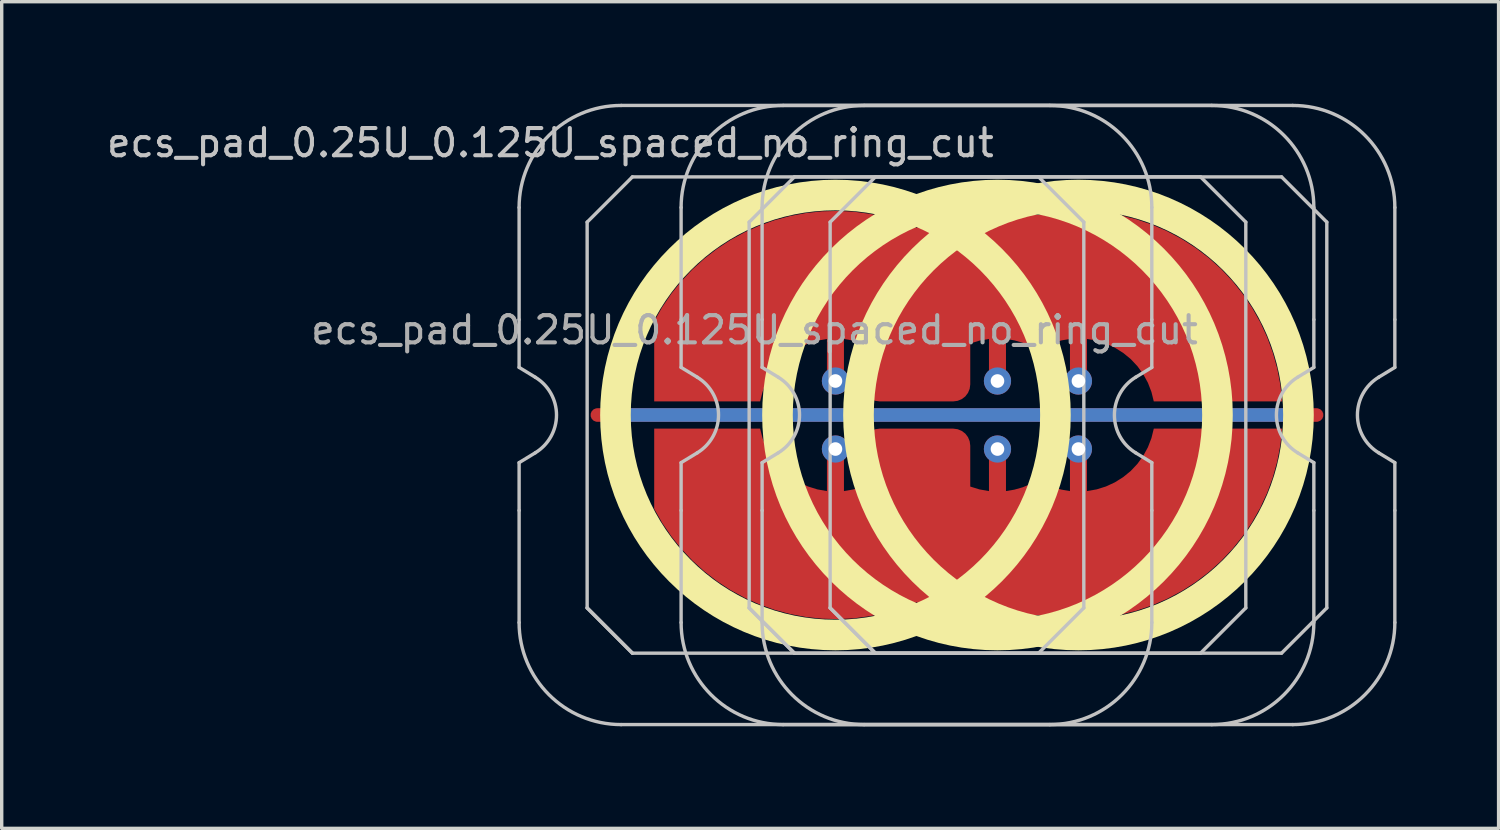
<source format=kicad_pcb>
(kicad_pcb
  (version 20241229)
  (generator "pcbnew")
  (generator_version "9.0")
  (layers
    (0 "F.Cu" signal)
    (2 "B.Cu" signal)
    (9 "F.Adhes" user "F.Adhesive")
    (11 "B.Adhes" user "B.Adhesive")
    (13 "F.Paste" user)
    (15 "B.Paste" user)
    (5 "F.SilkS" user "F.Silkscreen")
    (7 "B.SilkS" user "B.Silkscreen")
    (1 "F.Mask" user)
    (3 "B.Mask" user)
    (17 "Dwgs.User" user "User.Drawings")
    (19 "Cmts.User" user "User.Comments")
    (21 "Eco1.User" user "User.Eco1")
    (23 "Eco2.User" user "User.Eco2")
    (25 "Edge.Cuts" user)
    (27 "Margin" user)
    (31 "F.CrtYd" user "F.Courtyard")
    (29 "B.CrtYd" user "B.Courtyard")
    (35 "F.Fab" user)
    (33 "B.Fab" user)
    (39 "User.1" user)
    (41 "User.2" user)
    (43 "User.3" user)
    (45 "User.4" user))
  (footprint "ecs_pad_0.25U_0.125U_spaced_no_ring_cut"
    (layer "F.Cu")
    (at 26.272 9.15)
    (property "Reference" "ecs_pad_0.25U_0.125U_spaced_no_ring_cut" (at -13.143 -8 0) (layer "Dwgs.User") (effects (font (size 0.8 0.8) (thickness 0.12))))
    (attr smd)
    (fp_circle (center -4.763 0) (end 1.704 0) (stroke (width 0.9) (type solid)) (fill no) (layer "F.SilkS"))
    (fp_circle (center 0 0) (end 6.467 0) (stroke (width 0.9) (type solid)) (fill no) (layer "F.SilkS"))
    (fp_circle (center 2.381 0) (end 8.848 0) (stroke (width 0.9) (type solid)) (fill no) (layer "F.SilkS"))
    (fp_line (start -14.062 -2.805) (end -14.062 -6.1) (stroke (width 0.1) (type solid)) (layer "Dwgs.User"))
    (fp_line (start -14.062 -1.4) (end -14.062 -2.805) (stroke (width 0.1) (type solid)) (layer "Dwgs.User"))
    (fp_line (start -14.062 1.4) (end -13.587 1.111) (stroke (width 0.1) (type solid)) (layer "Dwgs.User"))
    (fp_line (start -14.062 2.805) (end -14.062 1.4) (stroke (width 0.1) (type solid)) (layer "Dwgs.User"))
    (fp_line (start -14.062 6.1) (end -14.062 2.805) (stroke (width 0.1) (type solid)) (layer "Dwgs.User"))
    (fp_line (start -13.587 -1.111) (end -14.062 -1.4) (stroke (width 0.1) (type solid)) (layer "Dwgs.User"))
    (fp_line (start -12.062 -5.67) (end -10.732 -7) (stroke (width 0.1) (type solid)) (layer "Dwgs.User"))
    (fp_line (start -12.062 5.67) (end -12.062 -5.67) (stroke (width 0.1) (type solid)) (layer "Dwgs.User"))
    (fp_line (start -12.062 5.67) (end -10.732 7) (stroke (width 0.1) (type solid)) (layer "Dwgs.User"))
    (fp_line (start -11.062 -9.1) (end 1.538 -9.1) (stroke (width 0.1) (type solid)) (layer "Dwgs.User"))
    (fp_line (start -10.732 -7) (end 1.208 -7) (stroke (width 0.1) (type solid)) (layer "Dwgs.User"))
    (fp_line (start -10.732 7) (end -12.062 5.67) (stroke (width 0.1) (type solid)) (layer "Dwgs.User"))
    (fp_line (start -9.3 -2.805) (end -9.3 -6.1) (stroke (width 0.1) (type solid)) (layer "Dwgs.User"))
    (fp_line (start -9.3 -1.4) (end -9.3 -2.805) (stroke (width 0.1) (type solid)) (layer "Dwgs.User"))
    (fp_line (start -9.3 1.4) (end -8.824 1.111) (stroke (width 0.1) (type solid)) (layer "Dwgs.User"))
    (fp_line (start -9.3 2.805) (end -9.3 1.4) (stroke (width 0.1) (type solid)) (layer "Dwgs.User"))
    (fp_line (start -9.3 6.1) (end -9.3 2.805) (stroke (width 0.1) (type solid)) (layer "Dwgs.User"))
    (fp_line (start -8.824 -1.111) (end -9.3 -1.4) (stroke (width 0.1) (type solid)) (layer "Dwgs.User"))
    (fp_line (start -7.3 -5.67) (end -5.97 -7) (stroke (width 0.1) (type solid)) (layer "Dwgs.User"))
    (fp_line (start -7.3 5.67) (end -7.3 -5.67) (stroke (width 0.1) (type solid)) (layer "Dwgs.User"))
    (fp_line (start -7.3 5.67) (end -5.97 7) (stroke (width 0.1) (type solid)) (layer "Dwgs.User"))
    (fp_line (start -6.919 -2.805) (end -6.919 -6.1) (stroke (width 0.1) (type solid)) (layer "Dwgs.User"))
    (fp_line (start -6.919 -1.4) (end -6.919 -2.805) (stroke (width 0.1) (type solid)) (layer "Dwgs.User"))
    (fp_line (start -6.919 1.4) (end -6.443 1.111) (stroke (width 0.1) (type solid)) (layer "Dwgs.User"))
    (fp_line (start -6.919 2.805) (end -6.919 1.4) (stroke (width 0.1) (type solid)) (layer "Dwgs.User"))
    (fp_line (start -6.919 6.1) (end -6.919 2.805) (stroke (width 0.1) (type solid)) (layer "Dwgs.User"))
    (fp_line (start -6.443 -1.111) (end -6.919 -1.4) (stroke (width 0.1) (type solid)) (layer "Dwgs.User"))
    (fp_line (start -6.3 -9.1) (end 6.3 -9.1) (stroke (width 0.1) (type solid)) (layer "Dwgs.User"))
    (fp_line (start -5.97 -7) (end 5.97 -7) (stroke (width 0.1) (type solid)) (layer "Dwgs.User"))
    (fp_line (start -5.97 7) (end -7.3 5.67) (stroke (width 0.1) (type solid)) (layer "Dwgs.User"))
    (fp_line (start -4.919 -5.67) (end -3.589 -7) (stroke (width 0.1) (type solid)) (layer "Dwgs.User"))
    (fp_line (start -4.919 5.67) (end -4.919 -5.67) (stroke (width 0.1) (type solid)) (layer "Dwgs.User"))
    (fp_line (start -4.919 5.67) (end -3.589 7) (stroke (width 0.1) (type solid)) (layer "Dwgs.User"))
    (fp_line (start -3.919 -9.1) (end 8.681 -9.1) (stroke (width 0.1) (type solid)) (layer "Dwgs.User"))
    (fp_line (start -3.589 -7) (end 8.351 -7) (stroke (width 0.1) (type solid)) (layer "Dwgs.User"))
    (fp_line (start -3.589 7) (end -4.919 5.67) (stroke (width 0.1) (type solid)) (layer "Dwgs.User"))
    (fp_line (start 1.208 -7) (end 2.538 -5.67) (stroke (width 0.1) (type solid)) (layer "Dwgs.User"))
    (fp_line (start 1.208 7) (end -10.732 7) (stroke (width 0.1) (type solid)) (layer "Dwgs.User"))
    (fp_line (start 1.538 9.1) (end -11.062 9.1) (stroke (width 0.1) (type solid)) (layer "Dwgs.User"))
    (fp_line (start 2.538 -5.67) (end 2.538 5.67) (stroke (width 0.1) (type solid)) (layer "Dwgs.User"))
    (fp_line (start 2.538 5.67) (end 1.208 7) (stroke (width 0.1) (type solid)) (layer "Dwgs.User"))
    (fp_line (start 4.062 1.111) (end 4.537 1.4) (stroke (width 0.1) (type solid)) (layer "Dwgs.User"))
    (fp_line (start 4.537 -6.1) (end 4.537 -2.805) (stroke (width 0.1) (type solid)) (layer "Dwgs.User"))
    (fp_line (start 4.537 -2.805) (end 4.537 -1.4) (stroke (width 0.1) (type solid)) (layer "Dwgs.User"))
    (fp_line (start 4.537 -1.4) (end 4.062 -1.111) (stroke (width 0.1) (type solid)) (layer "Dwgs.User"))
    (fp_line (start 4.537 1.4) (end 4.537 2.805) (stroke (width 0.1) (type solid)) (layer "Dwgs.User"))
    (fp_line (start 4.537 2.805) (end 4.537 6.1) (stroke (width 0.1) (type solid)) (layer "Dwgs.User"))
    (fp_line (start 5.97 -7) (end 7.3 -5.67) (stroke (width 0.1) (type solid)) (layer "Dwgs.User"))
    (fp_line (start 5.97 7) (end -5.97 7) (stroke (width 0.1) (type solid)) (layer "Dwgs.User"))
    (fp_line (start 6.3 9.1) (end -6.3 9.1) (stroke (width 0.1) (type solid)) (layer "Dwgs.User"))
    (fp_line (start 7.3 -5.67) (end 7.3 5.67) (stroke (width 0.1) (type solid)) (layer "Dwgs.User"))
    (fp_line (start 7.3 5.67) (end 5.97 7) (stroke (width 0.1) (type solid)) (layer "Dwgs.User"))
    (fp_line (start 8.351 -7) (end 9.681 -5.67) (stroke (width 0.1) (type solid)) (layer "Dwgs.User"))
    (fp_line (start 8.351 7) (end -3.589 7) (stroke (width 0.1) (type solid)) (layer "Dwgs.User"))
    (fp_line (start 8.681 9.1) (end -3.919 9.1) (stroke (width 0.1) (type solid)) (layer "Dwgs.User"))
    (fp_line (start 8.824 1.111) (end 9.3 1.4) (stroke (width 0.1) (type solid)) (layer "Dwgs.User"))
    (fp_line (start 9.3 -6.1) (end 9.3 -2.805) (stroke (width 0.1) (type solid)) (layer "Dwgs.User"))
    (fp_line (start 9.3 -2.805) (end 9.3 -1.4) (stroke (width 0.1) (type solid)) (layer "Dwgs.User"))
    (fp_line (start 9.3 -1.4) (end 8.824 -1.111) (stroke (width 0.1) (type solid)) (layer "Dwgs.User"))
    (fp_line (start 9.3 1.4) (end 9.3 2.805) (stroke (width 0.1) (type solid)) (layer "Dwgs.User"))
    (fp_line (start 9.3 2.805) (end 9.3 6.1) (stroke (width 0.1) (type solid)) (layer "Dwgs.User"))
    (fp_line (start 9.681 -5.67) (end 9.681 5.67) (stroke (width 0.1) (type solid)) (layer "Dwgs.User"))
    (fp_line (start 9.681 5.67) (end 8.351 7) (stroke (width 0.1) (type solid)) (layer "Dwgs.User"))
    (fp_line (start 11.206 1.111) (end 11.681 1.4) (stroke (width 0.1) (type solid)) (layer "Dwgs.User"))
    (fp_line (start 11.681 -6.1) (end 11.681 -2.805) (stroke (width 0.1) (type solid)) (layer "Dwgs.User"))
    (fp_line (start 11.681 -2.805) (end 11.681 -1.4) (stroke (width 0.1) (type solid)) (layer "Dwgs.User"))
    (fp_line (start 11.681 -1.4) (end 11.206 -1.111) (stroke (width 0.1) (type solid)) (layer "Dwgs.User"))
    (fp_line (start 11.681 1.4) (end 11.681 2.805) (stroke (width 0.1) (type solid)) (layer "Dwgs.User"))
    (fp_line (start 11.681 2.805) (end 11.681 6.1) (stroke (width 0.1) (type solid)) (layer "Dwgs.User"))
    (fp_arc (start -14.0625 -6.1) (mid -13.18382 -8.22132) (end -11.0625 -9.1) (stroke (width 0.1) (type solid)) (layer "Dwgs.User"))
    (fp_arc (start -13.586833 -1.110619) (mid -12.9625 0) (end -13.586833 1.110619) (stroke (width 0.1) (type solid)) (layer "Dwgs.User"))
    (fp_arc (start -11.0625 9.1) (mid -13.18382 8.22132) (end -14.0625 6.1) (stroke (width 0.1) (type solid)) (layer "Dwgs.User"))
    (fp_arc (start -9.3 -6.1) (mid -8.42132 -8.22132) (end -6.3 -9.1) (stroke (width 0.1) (type solid)) (layer "Dwgs.User"))
    (fp_arc (start -8.824333 -1.110619) (mid -8.2 0) (end -8.824333 1.110619) (stroke (width 0.1) (type solid)) (layer "Dwgs.User"))
    (fp_arc (start -6.91875 -6.1) (mid -6.04007 -8.22132) (end -3.91875 -9.1) (stroke (width 0.1) (type solid)) (layer "Dwgs.User"))
    (fp_arc (start -6.443083 -1.110619) (mid -5.81875 0) (end -6.443083 1.110619) (stroke (width 0.1) (type solid)) (layer "Dwgs.User"))
    (fp_arc (start -6.3 9.1) (mid -8.42132 8.22132) (end -9.3 6.1) (stroke (width 0.1) (type solid)) (layer "Dwgs.User"))
    (fp_arc (start -3.91875 9.1) (mid -6.04007 8.22132) (end -6.91875 6.1) (stroke (width 0.1) (type solid)) (layer "Dwgs.User"))
    (fp_arc (start 1.5375 -9.1) (mid 3.65882 -8.22132) (end 4.5375 -6.1) (stroke (width 0.1) (type solid)) (layer "Dwgs.User"))
    (fp_arc (start 4.061833 1.110619) (mid 3.4375 0) (end 4.061833 -1.110619) (stroke (width 0.1) (type solid)) (layer "Dwgs.User"))
    (fp_arc (start 4.5375 6.1) (mid 3.65882 8.22132) (end 1.5375 9.1) (stroke (width 0.1) (type solid)) (layer "Dwgs.User"))
    (fp_arc (start 6.3 -9.1) (mid 8.42132 -8.22132) (end 9.3 -6.1) (stroke (width 0.1) (type solid)) (layer "Dwgs.User"))
    (fp_arc (start 8.68125 -9.1) (mid 10.80257 -8.22132) (end 11.68125 -6.1) (stroke (width 0.1) (type solid)) (layer "Dwgs.User"))
    (fp_arc (start 8.824333 1.110619) (mid 8.2 0) (end 8.824333 -1.110619) (stroke (width 0.1) (type solid)) (layer "Dwgs.User"))
    (fp_arc (start 9.3 6.1) (mid 8.42132 8.22132) (end 6.3 9.1) (stroke (width 0.1) (type solid)) (layer "Dwgs.User"))
    (fp_arc (start 11.205583 1.110619) (mid 10.58125 0) (end 11.205583 -1.110619) (stroke (width 0.1) (type solid)) (layer "Dwgs.User"))
    (fp_arc (start 11.68125 6.1) (mid 10.80257 8.22132) (end 8.68125 9.1) (stroke (width 0.1) (type solid)) (layer "Dwgs.User"))
    (fp_text user "${REFERENCE}" (at -7.143 -2.5 0) (layer "F.Fab") (effects (font (size 0.8 0.8) (thickness 0.12))))
    (pad "1" thru_hole circle (at -4.763 -1 90) (size 0.8 0.8) (drill 0.4) (layers "*.Cu"))
    (pad "1" smd custom (at 0 -1) (size 0.207 0.207) (layers "F.Cu") (options (anchor circle)) (primitives (gr_poly (pts (xy 2.612 0.096) (xy 2.558 0.177) (xy 2.477 0.231) (xy 2.381 0.25) (xy 2.286 0.231) (xy 2.204 0.177) (xy 2.15 0.096) (xy 2.131 0) (xy 2.131 -1.236) (xy 1.884 -1.194) (xy 1.643 -1.125) (xy 1.411 -1.03) (xy 1.191 -0.909) (xy 0.971 -1.03) (xy 0.739 -1.125) (xy 0.497 -1.194) (xy 0.25 -1.236) (xy 0.25 0) (xy 0.231 0.096) (xy 0.177 0.177) (xy 0.096 0.231) (xy 0 0.25) (xy -0.096 0.231) (xy -0.177 0.177) (xy -0.231 0.096) (xy -0.25 0) (xy -0.25 -1.236) (xy -0.529 -1.187) (xy -0.8 -1.103) (xy -0.8 0.1) (xy -0.817 0.229) (xy -0.867 0.35) (xy -0.946 0.454) (xy -1.05 0.533) (xy -1.171 0.583) (xy -1.3 0.6) (xy -3.462 0.6) (xy -3.592 0.583) (xy -3.713 0.533) (xy -3.816 0.454) (xy -3.896 0.35) (xy -3.945 0.229) (xy -3.963 0.1) (xy -3.963 -1.103) (xy -4.233 -1.187) (xy -4.513 -1.236) (xy -4.513 0) (xy -4.532 0.096) (xy -4.586 0.177) (xy -4.667 0.231) (xy -4.763 0.25) (xy -4.858 0.231) (xy -4.939 0.177) (xy -4.993 0.096) (xy -5.013 0) (xy -5.013 -1.236) (xy -5.296 -1.186) (xy -5.571 -1.1) (xy -5.832 -0.979) (xy -6.076 -0.826) (xy -6.299 -0.644) (xy -6.496 -0.434) (xy -6.665 -0.201) (xy -6.803 0.052) (xy -6.907 0.321) (xy -6.977 0.6) (xy -10.091 0.6) (xy -10.091 -1.758) (xy -9.857 -2.17) (xy -9.591 -2.562) (xy -9.295 -2.932) (xy -8.97 -3.278) (xy -8.619 -3.596) (xy -8.244 -3.886) (xy -7.848 -4.146) (xy -7.432 -4.373) (xy -7 -4.567) (xy -6.553 -4.727) (xy -6.095 -4.85) (xy -5.63 -4.937) (xy -5.158 -4.987) (xy -4.684 -5) (xy -4.211 -4.975) (xy -3.741 -4.912) (xy -3.278 -4.813) (xy -2.823 -4.678) (xy -2.381 -4.507) (xy -1.956 -4.672) (xy -1.52 -4.804) (xy -1.075 -4.903) (xy -0.624 -4.967) (xy -0.169 -4.998) (xy 0.287 -4.993) (xy 0.741 -4.954) (xy 1.191 -4.881) (xy 1.671 -4.958) (xy 2.156 -4.996) (xy 2.643 -4.994) (xy 3.128 -4.953) (xy 3.608 -4.873) (xy 4.08 -4.755) (xy 4.541 -4.598) (xy 4.987 -4.404) (xy 5.417 -4.175) (xy 5.826 -3.912) (xy 6.213 -3.617) (xy 6.575 -3.291) (xy 6.909 -2.937) (xy 7.213 -2.557) (xy 7.485 -2.154) (xy 7.724 -1.73) (xy 7.928 -1.288) (xy 8.095 -0.831) (xy 8.225 -0.362) (xy 8.316 0.116) (xy 8.368 0.6) (xy 4.595 0.6) (xy 4.526 0.321) (xy 4.422 0.052) (xy 4.284 -0.201) (xy 4.115 -0.434) (xy 3.918 -0.644) (xy 3.695 -0.826) (xy 3.451 -0.979) (xy 3.19 -1.1) (xy 2.915 -1.186) (xy 2.631 -1.236) (xy 2.631 0)) (width 0) (fill yes))))
    (pad "1" thru_hole circle (at 0 -1 270) (size 0.8 0.8) (drill 0.4) (layers "*.Cu"))
    (pad "1" thru_hole circle (at 2.38 -1 90) (size 0.8 0.8) (drill 0.4) (layers "*.Cu"))
    (pad "2" thru_hole circle (at -4.763 1 270) (size 0.8 0.8) (drill 0.4) (layers "*.Cu"))
    (pad "2" smd custom (at 0 1) (size 0.207 0.207) (layers "F.Cu") (options (anchor circle)) (primitives (gr_poly (pts (xy 2.612 -0.096) (xy 2.558 -0.177) (xy 2.477 -0.231) (xy 2.381 -0.25) (xy 2.286 -0.231) (xy 2.204 -0.177) (xy 2.15 -0.096) (xy 2.131 0) (xy 2.131 1.236) (xy 1.884 1.194) (xy 1.643 1.125) (xy 1.411 1.03) (xy 1.191 0.909) (xy 0.971 1.03) (xy 0.739 1.125) (xy 0.497 1.194) (xy 0.25 1.236) (xy 0.25 0) (xy 0.231 -0.096) (xy 0.177 -0.177) (xy 0.096 -0.231) (xy 0 -0.25) (xy -0.096 -0.231) (xy -0.177 -0.177) (xy -0.231 -0.096) (xy -0.25 0) (xy -0.25 1.236) (xy -0.529 1.187) (xy -0.8 1.103) (xy -0.8 -0.1) (xy -0.817 -0.229) (xy -0.867 -0.35) (xy -0.946 -0.454) (xy -1.05 -0.533) (xy -1.171 -0.583) (xy -1.3 -0.6) (xy -3.462 -0.6) (xy -3.592 -0.583) (xy -3.713 -0.533) (xy -3.816 -0.454) (xy -3.896 -0.35) (xy -3.945 -0.229) (xy -3.963 -0.1) (xy -3.963 1.103) (xy -4.233 1.187) (xy -4.513 1.236) (xy -4.513 0) (xy -4.532 -0.096) (xy -4.586 -0.177) (xy -4.667 -0.231) (xy -4.763 -0.25) (xy -4.858 -0.231) (xy -4.939 -0.177) (xy -4.993 -0.096) (xy -5.013 0) (xy -5.013 1.236) (xy -5.296 1.186) (xy -5.571 1.1) (xy -5.832 0.979) (xy -6.076 0.826) (xy -6.299 0.644) (xy -6.496 0.434) (xy -6.665 0.201) (xy -6.803 -0.052) (xy -6.907 -0.321) (xy -6.977 -0.6) (xy -10.091 -0.6) (xy -10.091 1.758) (xy -9.857 2.17) (xy -9.591 2.562) (xy -9.295 2.932) (xy -8.97 3.278) (xy -8.619 3.596) (xy -8.244 3.886) (xy -7.848 4.146) (xy -7.432 4.373) (xy -7 4.567) (xy -6.553 4.727) (xy -6.095 4.85) (xy -5.63 4.937) (xy -5.158 4.987) (xy -4.684 5) (xy -4.211 4.975) (xy -3.741 4.912) (xy -3.278 4.813) (xy -2.823 4.678) (xy -2.381 4.507) (xy -1.956 4.672) (xy -1.52 4.804) (xy -1.075 4.903) (xy -0.624 4.967) (xy -0.169 4.998) (xy 0.287 4.993) (xy 0.741 4.954) (xy 1.191 4.881) (xy 1.671 4.958) (xy 2.156 4.996) (xy 2.643 4.994) (xy 3.128 4.953) (xy 3.608 4.873) (xy 4.08 4.755) (xy 4.541 4.598) (xy 4.987 4.404) (xy 5.417 4.175) (xy 5.826 3.912) (xy 6.213 3.617) (xy 6.575 3.291) (xy 6.909 2.937) (xy 7.213 2.557) (xy 7.485 2.154) (xy 7.724 1.73) (xy 7.928 1.288) (xy 8.095 0.831) (xy 8.225 0.362) (xy 8.316 -0.116) (xy 8.368 -0.6) (xy 4.595 -0.6) (xy 4.526 -0.321) (xy 4.422 -0.052) (xy 4.284 0.201) (xy 4.115 0.434) (xy 3.918 0.644) (xy 3.695 0.826) (xy 3.451 0.979) (xy 3.19 1.1) (xy 2.915 1.186) (xy 2.631 1.236) (xy 2.631 0)) (width 0) (fill yes))))
    (pad "2" thru_hole circle (at 0 1 270) (size 0.8 0.8) (drill 0.4) (layers "*.Cu"))
    (pad "2" thru_hole circle (at 2.38 1 270) (size 0.8 0.8) (drill 0.4) (layers "*.Cu"))
    (pad "3" smd custom (at 0 0 90) (size 0.4 0.4) (layers "F.Cu") (options (anchor rect)) (primitives (gr_line (start 0 -11.762) (end 0 9.381) (width 0.4))))
    (pad "3" smd custom (at 0 0 90) (size 0.4 0.4) (layers "B.Cu") (options (anchor rect)) (primitives (gr_line (start 0 -11.262) (end 0 8.812) (width 0.4))))
    (zone (net_name "") (layer "F.Cu") (hatch edge 0.508) (connect_pads) (min_thickness 0.254) (filled_areas_thickness no) (keepout (tracks allowed) (vias allowed) (pads allowed) (copperpour not_allowed) (footprints allowed)) (placement (enabled no)) (fill) (polygon (pts (xy 28.514 9.15) (xy 28.495 8.637) (xy 28.439 8.127) (xy 28.345 7.622) (xy 28.215 7.125) (xy 28.049 6.64) (xy 27.847 6.167) (xy 27.612 5.711) (xy 27.344 5.274) (xy 27.044 4.857) (xy 26.715 4.463) (xy 26.357 4.094) (xy 25.974 3.753) (xy 25.567 3.44) (xy 25.138 3.158) (xy 24.689 2.909) (xy 24.224 2.692) (xy 23.743 2.511) (xy 23.251 2.365) (xy 22.749 2.256) (xy 22.241 2.183) (xy 21.729 2.149) (xy 21.216 2.151) (xy 20.704 2.192) (xy 20.196 2.269) (xy 19.696 2.384) (xy 19.205 2.535) (xy 18.727 2.721) (xy 18.264 2.942) (xy 17.818 3.197) (xy 17.392 3.483) (xy 16.988 3.8) (xy 16.608 4.145) (xy 16.255 4.518) (xy 15.929 4.915) (xy 15.634 5.335) (xy 15.371 5.775) (xy 15.14 6.234) (xy 14.943 6.708) (xy 14.782 7.196) (xy 14.657 7.694) (xy 14.569 8.199) (xy 14.518 8.71) (xy 14.505 9.223) (xy 14.529 9.736) (xy 14.59 10.246) (xy 14.689 10.75) (xy 14.825 11.245) (xy 14.996 11.729) (xy 15.202 12.199) (xy 15.443 12.652) (xy 15.715 13.087) (xy 16.019 13.501) (xy 16.353 13.891) (xy 16.714 14.256) (xy 17.101 14.594) (xy 17.511 14.902) (xy 17.943 15.179) (xy 18.394 15.424) (xy 18.862 15.636) (xy 19.344 15.812) (xy 19.838 15.953) (xy 20.341 16.057) (xy 20.85 16.124) (xy 21.362 16.153) (xy 21.876 16.145) (xy 22.387 16.1) (xy 22.894 16.017) (xy 23.393 15.897) (xy 23.882 15.741) (xy 24.358 15.549) (xy 24.819 15.323) (xy 25.262 15.064) (xy 25.686 14.774) (xy 26.086 14.453) (xy 26.462 14.103) (xy 26.812 13.727) (xy 27.133 13.326) (xy 27.423 12.903) (xy 27.682 12.46) (xy 27.908 11.999) (xy 28.1 11.523) (xy 28.256 11.034) (xy 28.376 10.535) (xy 28.459 10.028) (xy 28.504 9.517))))
    (zone (net_name "") (layer "F.Cu") (hatch edge 0.508) (connect_pads) (min_thickness 0.254) (filled_areas_thickness no) (keepout (tracks allowed) (vias allowed) (pads allowed) (copperpour not_allowed) (footprints allowed)) (placement (enabled no)) (fill) (polygon (pts (xy 33.276 9.15) (xy 33.258 8.637) (xy 33.201 8.127) (xy 33.108 7.622) (xy 32.977 7.125) (xy 32.811 6.64) (xy 32.61 6.167) (xy 32.374 5.711) (xy 32.106 5.274) (xy 31.806 4.857) (xy 31.477 4.463) (xy 31.12 4.094) (xy 30.737 3.753) (xy 30.329 3.44) (xy 29.9 3.158) (xy 29.452 2.909) (xy 28.986 2.692) (xy 28.506 2.511) (xy 28.014 2.365) (xy 27.512 2.256) (xy 27.004 2.183) (xy 26.492 2.149) (xy 25.978 2.151) (xy 25.466 2.192) (xy 24.959 2.269) (xy 24.459 2.384) (xy 23.968 2.535) (xy 23.49 2.721) (xy 23.026 2.942) (xy 22.58 3.197) (xy 22.154 3.483) (xy 21.75 3.8) (xy 21.37 4.145) (xy 21.017 4.518) (xy 20.692 4.915) (xy 20.397 5.335) (xy 20.133 5.775) (xy 19.902 6.234) (xy 19.706 6.708) (xy 19.545 7.196) (xy 19.42 7.694) (xy 19.331 8.199) (xy 19.28 8.71) (xy 19.267 9.223) (xy 19.291 9.736) (xy 19.353 10.246) (xy 19.452 10.75) (xy 19.587 11.245) (xy 19.759 11.729) (xy 19.965 12.199) (xy 20.205 12.652) (xy 20.478 13.087) (xy 20.782 13.501) (xy 21.115 13.891) (xy 21.476 14.256) (xy 21.863 14.594) (xy 22.274 14.902) (xy 22.706 15.179) (xy 23.157 15.424) (xy 23.625 15.636) (xy 24.107 15.812) (xy 24.601 15.953) (xy 25.103 16.057) (xy 25.612 16.124) (xy 26.125 16.153) (xy 26.638 16.145) (xy 27.149 16.1) (xy 27.656 16.017) (xy 28.155 15.897) (xy 28.644 15.741) (xy 29.121 15.549) (xy 29.582 15.323) (xy 30.025 15.064) (xy 30.448 14.774) (xy 30.849 14.453) (xy 31.225 14.103) (xy 31.574 13.727) (xy 31.895 13.326) (xy 32.186 12.903) (xy 32.445 12.46) (xy 32.671 11.999) (xy 32.862 11.523) (xy 33.018 11.034) (xy 33.138 10.535) (xy 33.221 10.028) (xy 33.267 9.517))))
    (zone (net_name "") (layer "F.Cu") (hatch edge 0.508) (connect_pads) (min_thickness 0.254) (filled_areas_thickness no) (keepout (tracks allowed) (vias allowed) (pads allowed) (copperpour not_allowed) (footprints allowed)) (placement (enabled no)) (fill) (polygon (pts (xy 35.658 9.15) (xy 35.639 8.637) (xy 35.583 8.127) (xy 35.489 7.622) (xy 35.359 7.125) (xy 35.192 6.64) (xy 34.991 6.167) (xy 34.756 5.711) (xy 34.487 5.274) (xy 34.188 4.857) (xy 33.858 4.463) (xy 33.501 4.094) (xy 33.118 3.753) (xy 32.711 3.44) (xy 32.282 3.158) (xy 31.833 2.909) (xy 31.367 2.692) (xy 30.887 2.511) (xy 30.395 2.365) (xy 29.893 2.256) (xy 29.385 2.183) (xy 28.873 2.149) (xy 28.359 2.151) (xy 27.848 2.192) (xy 27.34 2.269) (xy 26.84 2.384) (xy 26.349 2.535) (xy 25.871 2.721) (xy 25.407 2.942) (xy 24.962 3.197) (xy 24.535 3.483) (xy 24.131 3.8) (xy 23.752 4.145) (xy 23.398 4.518) (xy 23.073 4.915) (xy 22.778 5.335) (xy 22.514 5.775) (xy 22.284 6.234) (xy 22.087 6.708) (xy 21.926 7.196) (xy 21.801 7.694) (xy 21.713 8.199) (xy 21.662 8.71) (xy 21.648 9.223) (xy 21.672 9.736) (xy 21.734 10.246) (xy 21.833 10.75) (xy 21.968 11.245) (xy 22.14 11.729) (xy 22.346 12.199) (xy 22.586 12.652) (xy 22.859 13.087) (xy 23.163 13.501) (xy 23.496 13.891) (xy 23.858 14.256) (xy 24.244 14.594) (xy 24.655 14.902) (xy 25.087 15.179) (xy 25.538 15.424) (xy 26.006 15.636) (xy 26.488 15.812) (xy 26.982 15.953) (xy 27.485 16.057) (xy 27.994 16.124) (xy 28.506 16.153) (xy 29.019 16.145) (xy 29.531 16.1) (xy 30.037 16.017) (xy 30.537 15.897) (xy 31.026 15.741) (xy 31.502 15.549) (xy 31.963 15.323) (xy 32.406 15.064) (xy 32.829 14.774) (xy 33.23 14.453) (xy 33.606 14.103) (xy 33.955 13.727) (xy 34.276 13.326) (xy 34.567 12.903) (xy 34.826 12.46) (xy 35.052 11.999) (xy 35.244 11.523) (xy 35.4 11.034) (xy 35.519 10.535) (xy 35.602 10.028) (xy 35.648 9.517))))
    (zone (net_name "") (layer "B.Cu") (hatch edge 0.508) (connect_pads) (min_thickness 0.254) (filled_areas_thickness no) (keepout (tracks allowed) (vias allowed) (pads allowed) (copperpour not_allowed) (footprints allowed)) (placement (enabled no)) (fill) (polygon (pts (xy 28.067 9.15) (xy 28.047 8.635) (xy 27.987 8.124) (xy 27.886 7.619) (xy 27.746 7.123) (xy 27.568 6.64) (xy 27.352 6.173) (xy 27.101 5.723) (xy 26.815 5.295) (xy 26.496 4.891) (xy 26.146 4.513) (xy 25.768 4.163) (xy 25.364 3.844) (xy 24.936 3.558) (xy 24.486 3.307) (xy 24.019 3.091) (xy 23.536 2.913) (xy 23.04 2.773) (xy 22.535 2.672) (xy 22.024 2.612) (xy 21.509 2.592) (xy 20.994 2.612) (xy 20.483 2.672) (xy 19.978 2.773) (xy 19.482 2.913) (xy 18.999 3.091) (xy 18.532 3.307) (xy 18.082 3.558) (xy 17.654 3.844) (xy 17.25 4.163) (xy 16.872 4.513) (xy 16.522 4.891) (xy 16.203 5.295) (xy 15.917 5.723) (xy 15.666 6.173) (xy 15.45 6.64) (xy 15.272 7.123) (xy 15.132 7.619) (xy 15.032 8.124) (xy 14.971 8.635) (xy 14.951 9.15) (xy 14.971 9.665) (xy 15.032 10.176) (xy 15.132 10.681) (xy 15.272 11.177) (xy 15.45 11.66) (xy 15.666 12.127) (xy 15.917 12.577) (xy 16.203 13.005) (xy 16.522 13.409) (xy 16.872 13.787) (xy 17.25 14.137) (xy 17.654 14.456) (xy 18.082 14.742) (xy 18.532 14.993) (xy 18.999 15.209) (xy 19.482 15.387) (xy 19.978 15.527) (xy 20.483 15.628) (xy 20.994 15.688) (xy 21.509 15.708) (xy 22.024 15.688) (xy 22.535 15.628) (xy 23.04 15.527) (xy 23.536 15.387) (xy 24.019 15.209) (xy 24.486 14.993) (xy 24.936 14.742) (xy 25.364 14.456) (xy 25.768 14.137) (xy 26.146 13.787) (xy 26.496 13.409) (xy 26.815 13.005) (xy 27.101 12.577) (xy 27.352 12.127) (xy 27.568 11.66) (xy 27.746 11.177) (xy 27.886 10.681) (xy 27.987 10.176) (xy 28.047 9.665))))
    (zone (net_name "") (layer "B.Cu") (hatch edge 0.508) (connect_pads) (min_thickness 0.254) (filled_areas_thickness no) (keepout (tracks allowed) (vias allowed) (pads allowed) (copperpour not_allowed) (footprints allowed)) (placement (enabled no)) (fill) (polygon (pts (xy 32.83 9.15) (xy 32.81 8.635) (xy 32.749 8.124) (xy 32.649 7.619) (xy 32.509 7.123) (xy 32.331 6.64) (xy 32.115 6.173) (xy 31.863 5.723) (xy 31.577 5.295) (xy 31.258 4.891) (xy 30.909 4.513) (xy 30.531 4.163) (xy 30.126 3.844) (xy 29.698 3.558) (xy 29.249 3.307) (xy 28.781 3.091) (xy 28.298 2.913) (xy 27.803 2.773) (xy 27.297 2.672) (xy 26.786 2.612) (xy 26.272 2.592) (xy 25.757 2.612) (xy 25.246 2.672) (xy 24.741 2.773) (xy 24.245 2.913) (xy 23.762 3.091) (xy 23.294 3.307) (xy 22.845 3.558) (xy 22.417 3.844) (xy 22.012 4.163) (xy 21.634 4.513) (xy 21.285 4.891) (xy 20.966 5.295) (xy 20.68 5.723) (xy 20.428 6.173) (xy 20.212 6.64) (xy 20.034 7.123) (xy 19.894 7.619) (xy 19.794 8.124) (xy 19.733 8.635) (xy 19.713 9.15) (xy 19.733 9.665) (xy 19.794 10.176) (xy 19.894 10.681) (xy 20.034 11.177) (xy 20.212 11.66) (xy 20.428 12.127) (xy 20.68 12.577) (xy 20.966 13.005) (xy 21.285 13.409) (xy 21.634 13.787) (xy 22.012 14.137) (xy 22.417 14.456) (xy 22.845 14.742) (xy 23.294 14.993) (xy 23.762 15.209) (xy 24.245 15.387) (xy 24.741 15.527) (xy 25.246 15.628) (xy 25.757 15.688) (xy 26.272 15.708) (xy 26.786 15.688) (xy 27.297 15.628) (xy 27.803 15.527) (xy 28.298 15.387) (xy 28.781 15.209) (xy 29.249 14.993) (xy 29.698 14.742) (xy 30.126 14.456) (xy 30.531 14.137) (xy 30.909 13.787) (xy 31.258 13.409) (xy 31.577 13.005) (xy 31.863 12.577) (xy 32.115 12.127) (xy 32.331 11.66) (xy 32.509 11.177) (xy 32.649 10.681) (xy 32.749 10.176) (xy 32.81 9.665))))
    (zone (net_name "") (layer "B.Cu") (hatch edge 0.508) (connect_pads) (min_thickness 0.254) (filled_areas_thickness no) (keepout (tracks allowed) (vias allowed) (pads allowed) (copperpour not_allowed) (footprints allowed)) (placement (enabled no)) (fill) (polygon (pts (xy 35.211 9.15) (xy 35.191 8.635) (xy 35.13 8.124) (xy 35.03 7.619) (xy 34.89 7.123) (xy 34.712 6.64) (xy 34.496 6.173) (xy 34.245 5.723) (xy 33.959 5.295) (xy 33.64 4.891) (xy 33.29 4.513) (xy 32.912 4.163) (xy 32.508 3.844) (xy 32.079 3.558) (xy 31.63 3.307) (xy 31.163 3.091) (xy 30.679 2.913) (xy 30.184 2.773) (xy 29.679 2.672) (xy 29.167 2.612) (xy 28.653 2.592) (xy 28.138 2.612) (xy 27.627 2.672) (xy 27.122 2.773) (xy 26.626 2.913) (xy 26.143 3.091) (xy 25.675 3.307) (xy 25.226 3.558) (xy 24.798 3.844) (xy 24.394 4.163) (xy 24.015 4.513) (xy 23.666 4.891) (xy 23.347 5.295) (xy 23.061 5.723) (xy 22.809 6.173) (xy 22.594 6.64) (xy 22.416 7.123) (xy 22.276 7.619) (xy 22.175 8.124) (xy 22.115 8.635) (xy 22.095 9.15) (xy 22.115 9.665) (xy 22.175 10.176) (xy 22.276 10.681) (xy 22.416 11.177) (xy 22.594 11.66) (xy 22.809 12.127) (xy 23.061 12.577) (xy 23.347 13.005) (xy 23.666 13.409) (xy 24.015 13.787) (xy 24.394 14.137) (xy 24.798 14.456) (xy 25.226 14.742) (xy 25.675 14.993) (xy 26.143 15.209) (xy 26.626 15.387) (xy 27.122 15.527) (xy 27.627 15.628) (xy 28.138 15.688) (xy 28.653 15.708) (xy 29.167 15.688) (xy 29.679 15.628) (xy 30.184 15.527) (xy 30.679 15.387) (xy 31.163 15.209) (xy 31.63 14.993) (xy 32.079 14.742) (xy 32.508 14.456) (xy 32.912 14.137) (xy 33.29 13.787) (xy 33.64 13.409) (xy 33.959 13.005) (xy 34.245 12.577) (xy 34.496 12.127) (xy 34.712 11.66) (xy 34.89 11.177) (xy 35.03 10.681) (xy 35.13 10.176) (xy 35.191 9.665)))))
  (gr_rect
    (start -3 -3)
    (end 41.003 21.3)
    (stroke (width 0.1) (type default))
    (fill no)
    (layer "Edge.Cuts")))
</source>
